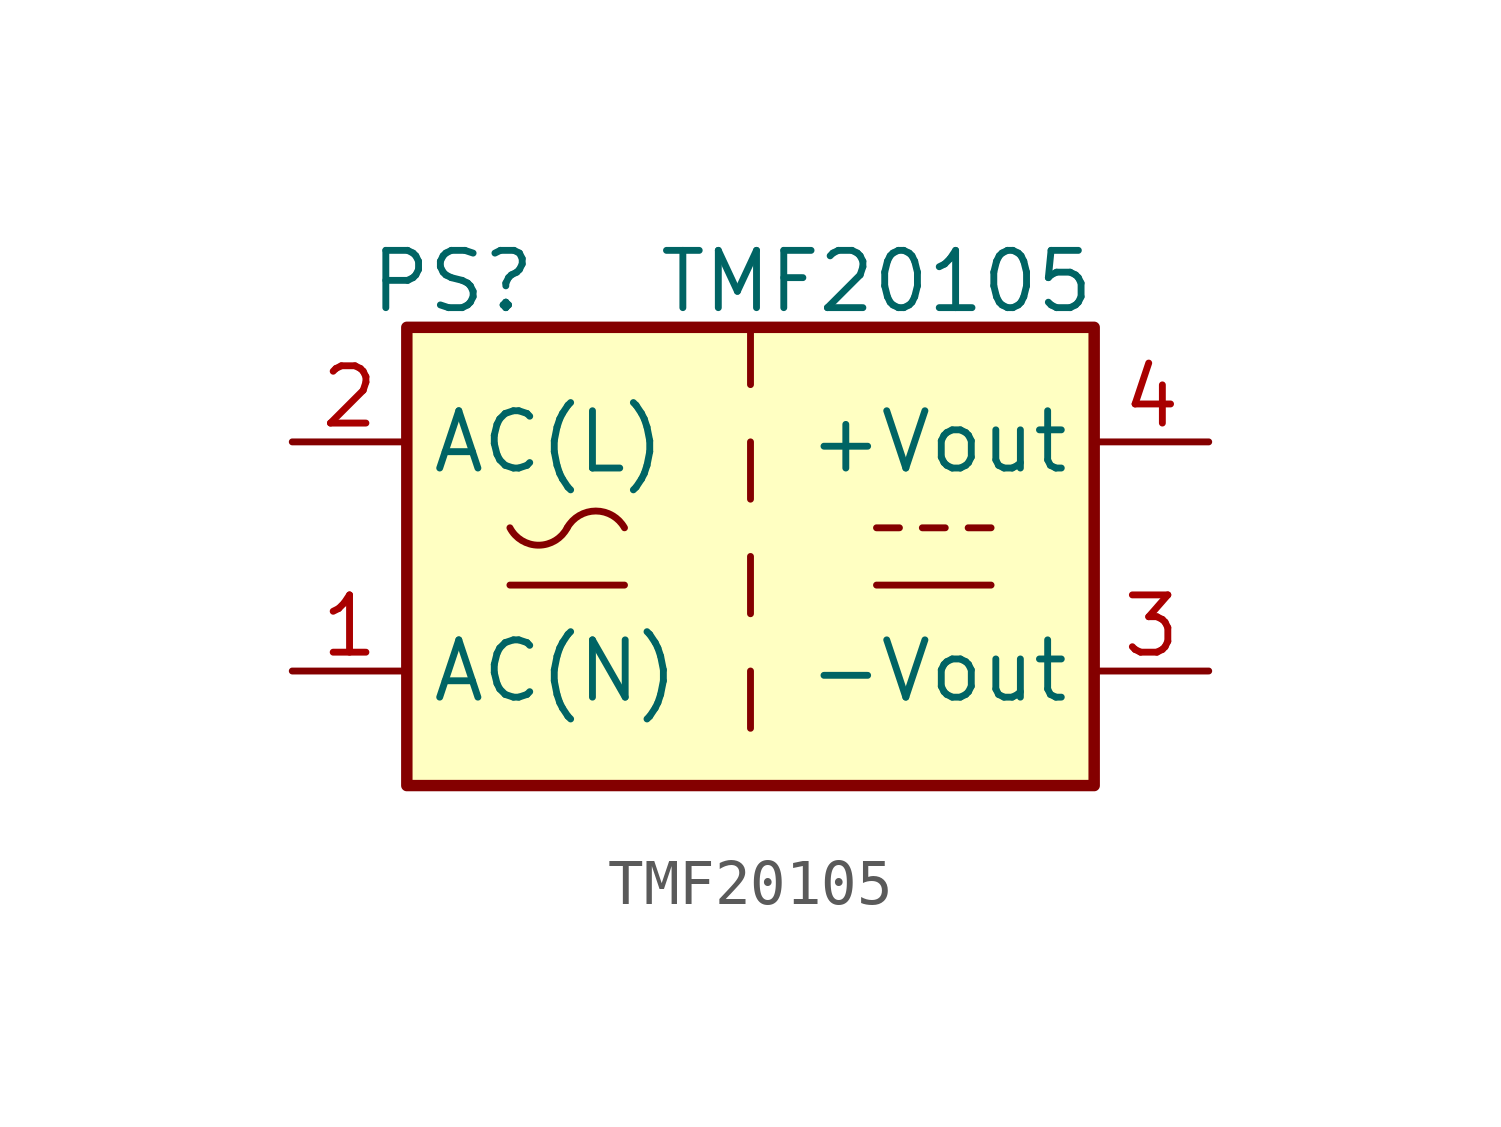
<source format=kicad_sym>
(kicad_symbol_lib
  (version 20231120)
  (generator "kicad_symbol_editor")
  (generator_version "8.0")
  (symbol "TMF20105"
    (property "Reference" "PS"
      (at -6.604 6.096 0)
      (effects (font (size 1.27 1.27))))
    (property "Value" "TMF20105"
      (at 2.794 6.096 0)
      (effects (font (size 1.27 1.27))))
    (symbol "TMF20105_1_1"
      (rectangle (start -7.62 5.08) (end 7.62 -5.08) (stroke (width 0.254) (type default)) (fill (type background)))
      (arc (start -5.334 0.635) (mid -4.699 0.2495) (end -4.064 0.635) (stroke (width 0) (type default)) (fill (type none)))
      (arc (start -2.794 0.635) (mid -3.429 1.0072) (end -4.064 0.635) (stroke (width 0) (type default)) (fill (type none)))
      (polyline (pts (xy -5.334 -0.635) (xy -2.794 -0.635)) (stroke (width 0) (type default)) (fill (type none)))
      (polyline (pts (xy 0 -2.54) (xy 0 -3.81)) (stroke (width 0) (type default)) (fill (type none)))
      (polyline (pts (xy 0 0) (xy 0 -1.27)) (stroke (width 0) (type default)) (fill (type none)))
      (polyline (pts (xy 0 2.54) (xy 0 1.27)) (stroke (width 0) (type default)) (fill (type none)))
      (polyline (pts (xy 0 5.08) (xy 0 3.81)) (stroke (width 0) (type default)) (fill (type none)))
      (polyline (pts (xy 2.794 -0.635) (xy 5.334 -0.635)) (stroke (width 0) (type default)) (fill (type none)))
      (polyline (pts (xy 2.794 0.635) (xy 3.302 0.635)) (stroke (width 0) (type default)) (fill (type none)))
      (polyline (pts (xy 3.81 0.635) (xy 4.318 0.635)) (stroke (width 0) (type default)) (fill (type none)))
      (polyline (pts (xy 4.826 0.635) (xy 5.334 0.635)) (stroke (width 0) (type default)) (fill (type none)))
      (pin power_in line (at -10.16 -2.54 0) (length 2.54) (name "AC(N)" (effects (font (size 1.27 1.27)))) (number "1" (effects (font (size 1.27 1.27)))))
      (pin power_in line (at -10.16 2.54 0) (length 2.54) (name "AC(L)" (effects (font (size 1.27 1.27)))) (number "2" (effects (font (size 1.27 1.27)))))
      (pin power_out line (at 10.16 -2.54 180) (length 2.54) (name "-Vout" (effects (font (size 1.27 1.27)))) (number "3" (effects (font (size 1.27 1.27)))))
      (pin power_out line (at 10.16 2.54 180) (length 2.54) (name "+Vout" (effects (font (size 1.27 1.27)))) (number "4" (effects (font (size 1.27 1.27))))))))
</source>
